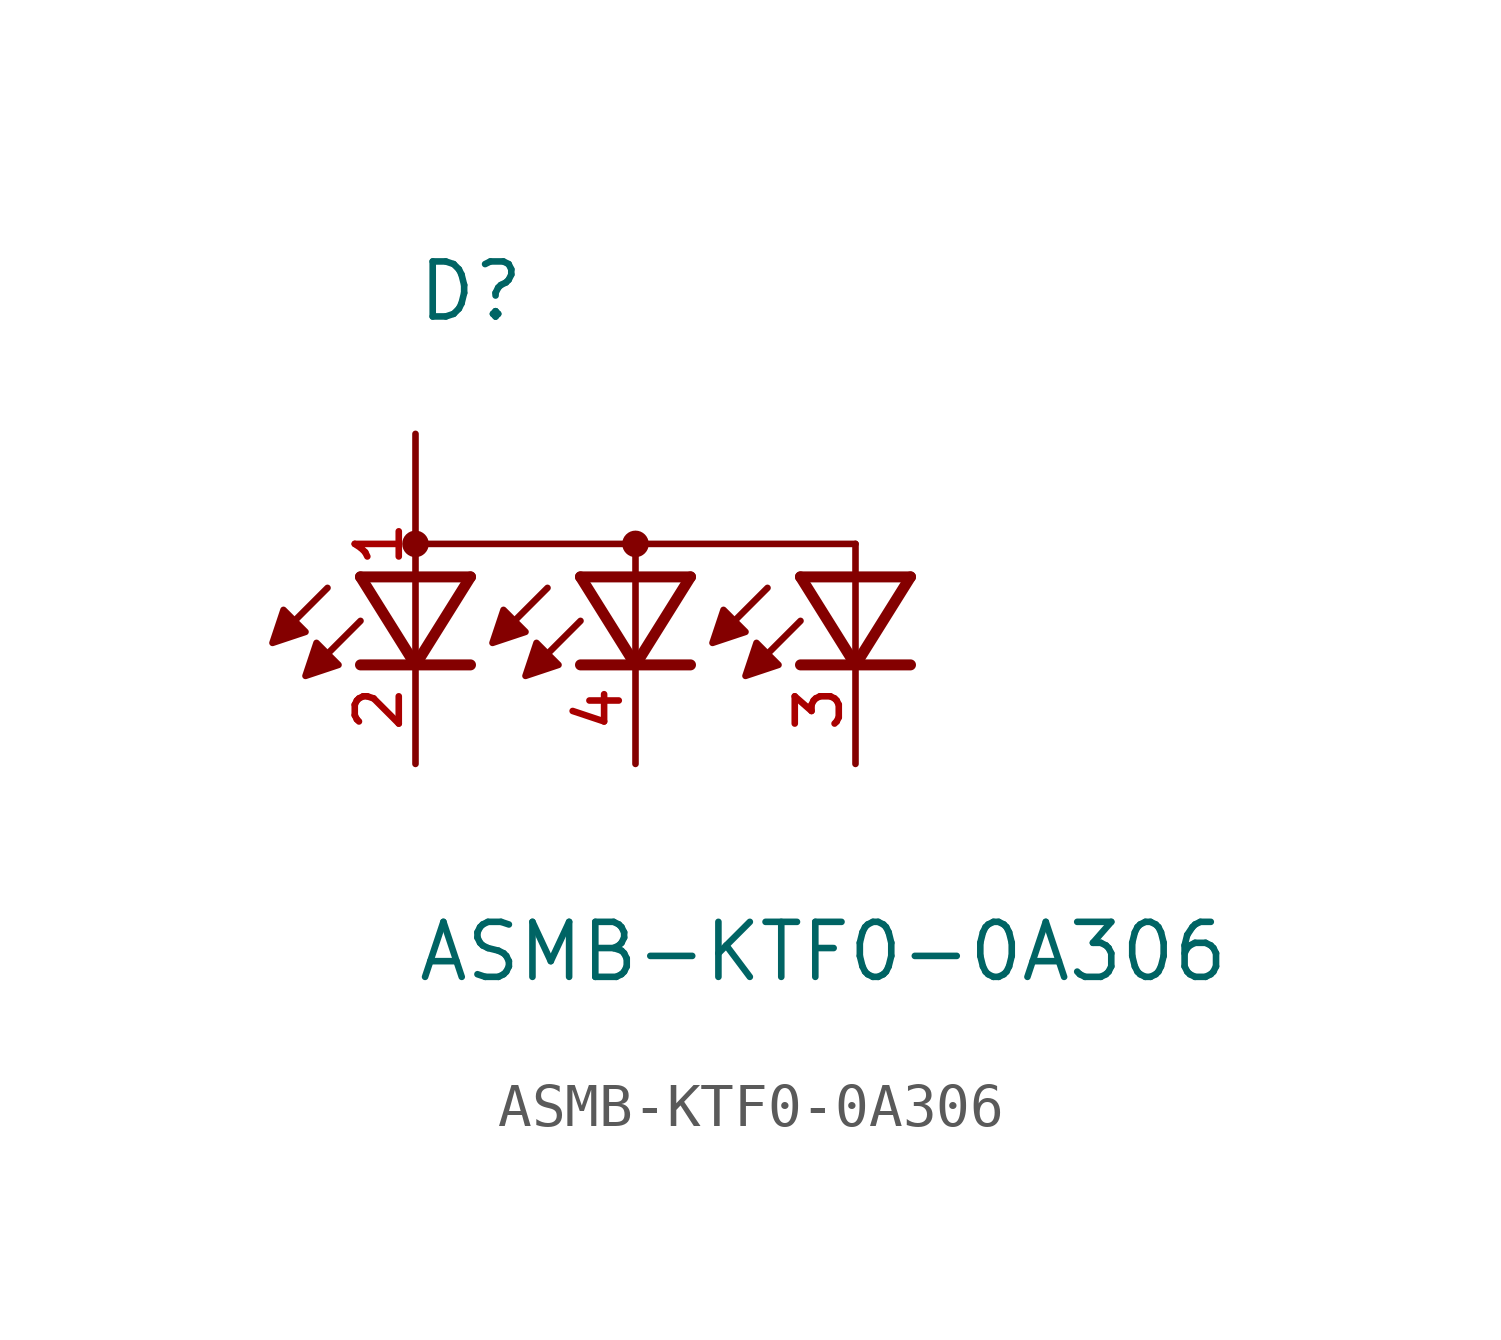
<source format=kicad_sym>
(kicad_symbol_lib
  (version 20211014)
  (generator kicad_symbol_editor)
  (symbol "ASMB-KTF0-0A306"
    (pin_names
      (offset 1.016))
    (property "Reference" "D"
      (at -5.085 7.628 0)
      (effects (font (size 1.27 1.27)) (justify bottom left)))
    (property "Value" "ASMB-KTF0-0A306"
      (at -5.08 -7.621 0)
      (effects (font (size 1.27 1.27)) (justify bottom left)))
    (symbol "ASMB-KTF0-0A306_0_0"
      (polyline (pts (xy 6.35 1.778) (xy 5.08 -0.254)) (stroke (width 0.254)))
      (polyline (pts (xy 5.08 -0.254) (xy 3.81 1.778)) (stroke (width 0.254)))
      (polyline (pts (xy 6.35 -0.254) (xy 5.08 -0.254)) (stroke (width 0.254)))
      (polyline (pts (xy 5.08 -0.254) (xy 3.81 -0.254)) (stroke (width 0.254)))
      (polyline (pts (xy 6.35 1.778) (xy 3.81 1.778)) (stroke (width 0.254)))
      (polyline (pts (xy 3.048 1.524) (xy 2.159 0.635)) (stroke (width 0.152)))
      (polyline (pts (xy 3.81 0.762) (xy 2.921 -0.127)) (stroke (width 0.152)))
      (polyline (pts (xy 1.27 1.778) (xy 0.0 -0.254)) (stroke (width 0.254)))
      (polyline (pts (xy 0.0 -0.254) (xy -1.27 1.778)) (stroke (width 0.254)))
      (polyline (pts (xy 1.27 -0.254) (xy 0.0 -0.254)) (stroke (width 0.254)))
      (polyline (pts (xy 0.0 -0.254) (xy -1.27 -0.254)) (stroke (width 0.254)))
      (polyline (pts (xy 1.27 1.778) (xy -1.27 1.778)) (stroke (width 0.254)))
      (polyline (pts (xy -2.032 1.524) (xy -2.921 0.635)) (stroke (width 0.152)))
      (polyline (pts (xy -1.27 0.762) (xy -2.159 -0.127)) (stroke (width 0.152)))
      (polyline (pts (xy -3.81 1.778) (xy -5.08 -0.254)) (stroke (width 0.254)))
      (polyline (pts (xy -5.08 -0.254) (xy -6.35 1.778)) (stroke (width 0.254)))
      (polyline (pts (xy -3.81 -0.254) (xy -5.08 -0.254)) (stroke (width 0.254)))
      (polyline (pts (xy -5.08 -0.254) (xy -6.35 -0.254)) (stroke (width 0.254)))
      (polyline (pts (xy -3.81 1.778) (xy -6.35 1.778)) (stroke (width 0.254)))
      (polyline (pts (xy -7.112 1.524) (xy -8.001 0.635)) (stroke (width 0.152)))
      (polyline (pts (xy -6.35 0.762) (xy -7.239 -0.127)) (stroke (width 0.152)))
      (polyline (pts (xy -5.08 2.54) (xy 0.0 2.54)) (stroke (width 0.152)))
      (polyline (pts (xy 0.0 2.54) (xy 0.0 0.0)) (stroke (width 0.152)))
      (polyline (pts (xy 0.0 2.54) (xy 5.08 2.54)) (stroke (width 0.152)))
      (polyline (pts (xy 5.08 2.54) (xy 5.08 0.0)) (stroke (width 0.152)))
      (circle (center -5.08 2.54) (radius 0.18) (stroke (width 0.254)) (fill (type none)))
      (circle (center 0.0 2.54) (radius 0.18) (stroke (width 0.254)) (fill (type none)))
      (polyline (pts (xy 2.032 1.016) (xy 1.778 0.254) (xy 2.54 0.508) (xy 2.032 1.016)) (stroke (width 0.152)) (fill (type outline)))
      (polyline (pts (xy 2.794 0.254) (xy 2.54 -0.508) (xy 3.302 -0.254) (xy 2.794 0.254)) (stroke (width 0.152)) (fill (type outline)))
      (polyline (pts (xy -3.048 1.016) (xy -3.302 0.254) (xy -2.54 0.508) (xy -3.048 1.016)) (stroke (width 0.152)) (fill (type outline)))
      (polyline (pts (xy -2.286 0.254) (xy -2.54 -0.508) (xy -1.778 -0.254) (xy -2.286 0.254)) (stroke (width 0.152)) (fill (type outline)))
      (polyline (pts (xy -8.128 1.016) (xy -8.382 0.254) (xy -7.62 0.508) (xy -8.128 1.016)) (stroke (width 0.152)) (fill (type outline)))
      (polyline (pts (xy -7.366 0.254) (xy -7.62 -0.508) (xy -6.858 -0.254) (xy -7.366 0.254)) (stroke (width 0.152)) (fill (type outline)))
      (pin passive line (at 5.08 -2.54 90.0) (length 2.54) (name "~" (effects (font (size 1.016 1.016)))) (number "3" (effects (font (size 1.016 1.016)))))
      (pin passive line (at 0.0 -2.54 90.0) (length 2.54) (name "~" (effects (font (size 1.016 1.016)))) (number "4" (effects (font (size 1.016 1.016)))))
      (pin passive line (at -5.08 -2.54 90.0) (length 2.54) (name "~" (effects (font (size 1.016 1.016)))) (number "2" (effects (font (size 1.016 1.016)))))
      (pin passive line (at -5.08 5.08 270.0) (length 5.08) (name "~" (effects (font (size 1.016 1.016)))) (number "1" (effects (font (size 1.016 1.016))))))))
</source>
